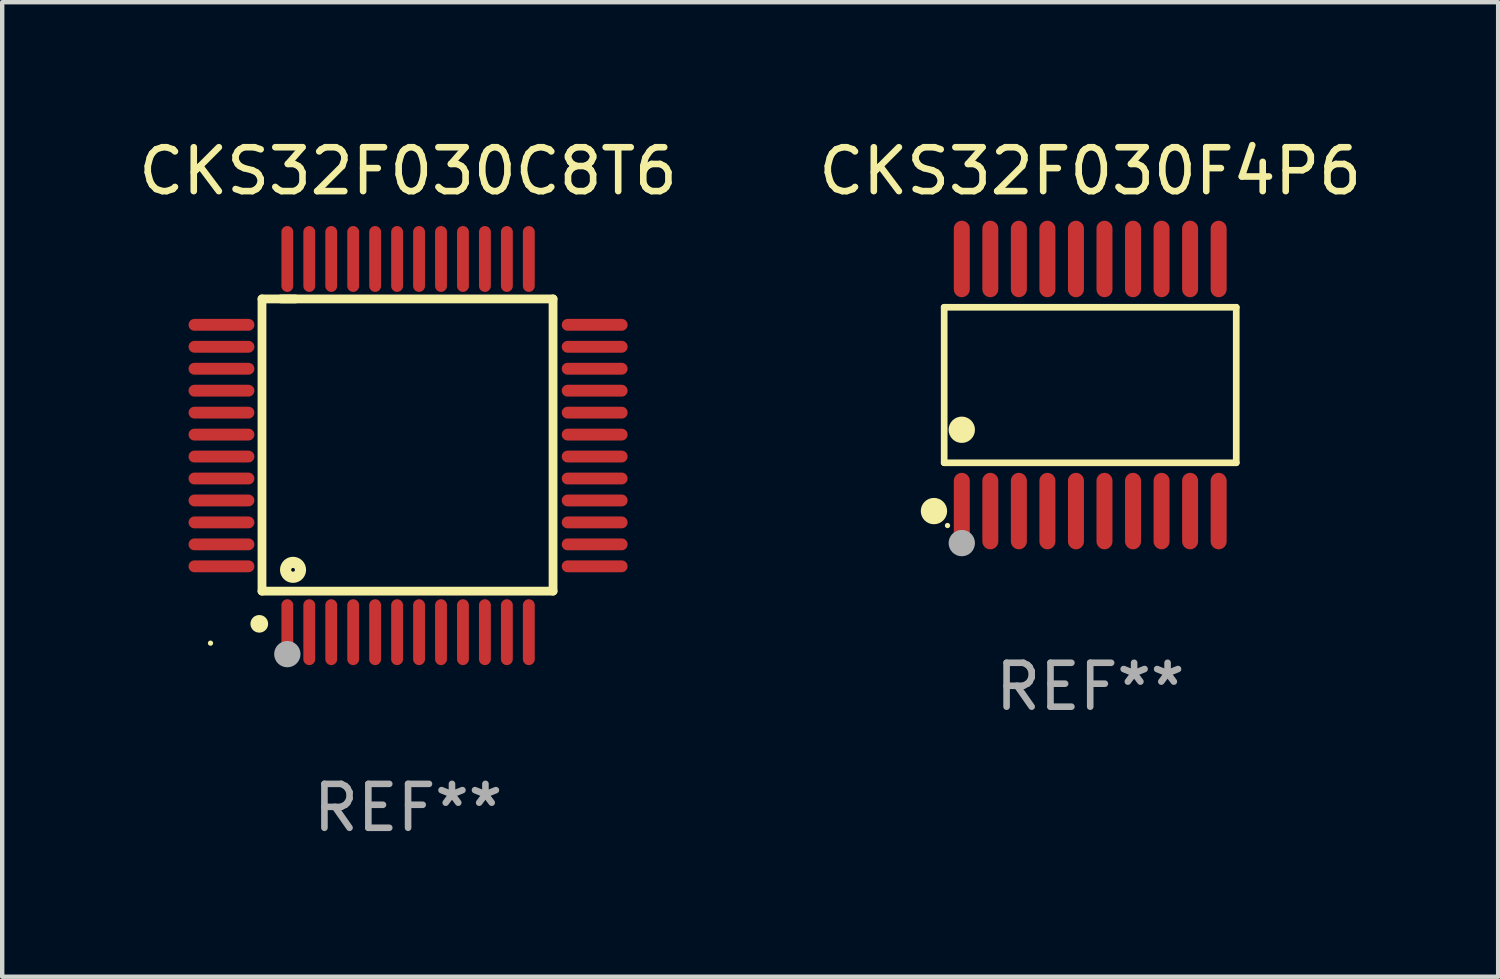
<source format=kicad_pcb>
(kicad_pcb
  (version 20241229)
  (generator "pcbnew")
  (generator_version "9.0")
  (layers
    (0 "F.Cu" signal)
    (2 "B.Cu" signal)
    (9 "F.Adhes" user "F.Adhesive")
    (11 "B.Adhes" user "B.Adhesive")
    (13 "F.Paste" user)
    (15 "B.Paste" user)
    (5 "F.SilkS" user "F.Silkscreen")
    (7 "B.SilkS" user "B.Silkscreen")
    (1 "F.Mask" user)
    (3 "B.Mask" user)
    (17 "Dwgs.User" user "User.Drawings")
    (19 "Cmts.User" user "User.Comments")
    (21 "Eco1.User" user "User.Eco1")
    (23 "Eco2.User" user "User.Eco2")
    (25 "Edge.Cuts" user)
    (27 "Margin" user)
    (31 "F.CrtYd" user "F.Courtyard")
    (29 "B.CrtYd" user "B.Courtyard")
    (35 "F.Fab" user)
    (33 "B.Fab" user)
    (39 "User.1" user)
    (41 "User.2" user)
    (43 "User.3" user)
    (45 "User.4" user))
  (footprint "CKS32F030C8T6"
    (layer "F.Cu")
    (at 6.244 7.098)
    (property "Reference" "CKS32F030C8T6" (at 0 -6.25 0) (layer "F.SilkS") (effects (font (size 1 1) (thickness 0.15))))
    (attr through_hole)
    (fp_line (start -3.327 -3.34) (end -2.565 -3.34) (stroke (width 0.2) (type solid)) (layer "F.SilkS"))
    (fp_line (start -3.327 3.315) (end -3.327 -3.34) (stroke (width 0.2) (type solid)) (layer "F.SilkS"))
    (fp_line (start -2.896 -3.34) (end 3.302 -3.34) (stroke (width 0.2) (type solid)) (layer "F.SilkS"))
    (fp_line (start 3.302 -3.34) (end 3.302 3.315) (stroke (width 0.2) (type solid)) (layer "F.SilkS"))
    (fp_line (start 3.302 3.315) (end -3.327 3.315) (stroke (width 0.2) (type solid)) (layer "F.SilkS"))
    (fp_arc (start -3.389992 4.059995) (mid -3.388722 4.059991) (end -3.387452 4.059995) (stroke (width 0.4) (type solid)) (layer "F.SilkS"))
    (fp_circle (center -4.5 4.5) (end -4.47 4.5) (stroke (width 0.06) (type solid)) (fill no) (layer "F.SilkS"))
    (fp_circle (center -2.62 2.83) (end -2.45 2.83) (stroke (width 0.254) (type solid)) (fill no) (layer "F.SilkS"))
    (fp_circle (center -2.75 4.75) (end -2.6 4.75) (stroke (width 0.3) (type solid)) (fill no) (layer "F.Fab"))
    (fp_text user "REF**" (at 0 8.25 0) (layer "F.Fab") (effects (font (size 1 1) (thickness 0.15))))
    (pad "1" smd oval (at -2.75 4.25) (size 0.27 1.5) (layers "F.Cu" "F.Mask" "F.Paste"))
    (pad "2" smd oval (at -2.25 4.25) (size 0.27 1.5) (layers "F.Cu" "F.Mask" "F.Paste"))
    (pad "3" smd oval (at -1.75 4.25) (size 0.27 1.5) (layers "F.Cu" "F.Mask" "F.Paste"))
    (pad "4" smd oval (at -1.25 4.25) (size 0.27 1.5) (layers "F.Cu" "F.Mask" "F.Paste"))
    (pad "5" smd oval (at -0.75 4.25) (size 0.27 1.5) (layers "F.Cu" "F.Mask" "F.Paste"))
    (pad "6" smd oval (at -0.25 4.25) (size 0.27 1.5) (layers "F.Cu" "F.Mask" "F.Paste"))
    (pad "7" smd oval (at 0.25 4.25) (size 0.27 1.5) (layers "F.Cu" "F.Mask" "F.Paste"))
    (pad "8" smd oval (at 0.75 4.25) (size 0.27 1.5) (layers "F.Cu" "F.Mask" "F.Paste"))
    (pad "9" smd oval (at 1.25 4.25) (size 0.27 1.5) (layers "F.Cu" "F.Mask" "F.Paste"))
    (pad "10" smd oval (at 1.75 4.25) (size 0.27 1.5) (layers "F.Cu" "F.Mask" "F.Paste"))
    (pad "11" smd oval (at 2.25 4.25) (size 0.27 1.5) (layers "F.Cu" "F.Mask" "F.Paste"))
    (pad "12" smd oval (at 2.75 4.25) (size 0.27 1.5) (layers "F.Cu" "F.Mask" "F.Paste"))
    (pad "13" smd oval (at 4.25 2.75) (size 1.5 0.27) (layers "F.Cu" "F.Mask" "F.Paste"))
    (pad "14" smd oval (at 4.25 2.25) (size 1.5 0.27) (layers "F.Cu" "F.Mask" "F.Paste"))
    (pad "15" smd oval (at 4.25 1.75) (size 1.5 0.27) (layers "F.Cu" "F.Mask" "F.Paste"))
    (pad "16" smd oval (at 4.25 1.25) (size 1.5 0.27) (layers "F.Cu" "F.Mask" "F.Paste"))
    (pad "17" smd oval (at 4.25 0.75) (size 1.5 0.27) (layers "F.Cu" "F.Mask" "F.Paste"))
    (pad "18" smd oval (at 4.25 0.25) (size 1.5 0.27) (layers "F.Cu" "F.Mask" "F.Paste"))
    (pad "19" smd oval (at 4.25 -0.25) (size 1.5 0.27) (layers "F.Cu" "F.Mask" "F.Paste"))
    (pad "20" smd oval (at 4.25 -0.75) (size 1.5 0.27) (layers "F.Cu" "F.Mask" "F.Paste"))
    (pad "21" smd oval (at 4.25 -1.25) (size 1.5 0.27) (layers "F.Cu" "F.Mask" "F.Paste"))
    (pad "22" smd oval (at 4.25 -1.75) (size 1.5 0.27) (layers "F.Cu" "F.Mask" "F.Paste"))
    (pad "23" smd oval (at 4.25 -2.25) (size 1.5 0.27) (layers "F.Cu" "F.Mask" "F.Paste"))
    (pad "24" smd oval (at 4.25 -2.75) (size 1.5 0.27) (layers "F.Cu" "F.Mask" "F.Paste"))
    (pad "25" smd oval (at 2.75 -4.25) (size 0.27 1.5) (layers "F.Cu" "F.Mask" "F.Paste"))
    (pad "26" smd oval (at 2.25 -4.25) (size 0.27 1.5) (layers "F.Cu" "F.Mask" "F.Paste"))
    (pad "27" smd oval (at 1.75 -4.25) (size 0.27 1.5) (layers "F.Cu" "F.Mask" "F.Paste"))
    (pad "28" smd oval (at 1.25 -4.25) (size 0.27 1.5) (layers "F.Cu" "F.Mask" "F.Paste"))
    (pad "29" smd oval (at 0.75 -4.25) (size 0.27 1.5) (layers "F.Cu" "F.Mask" "F.Paste"))
    (pad "30" smd oval (at 0.25 -4.25) (size 0.27 1.5) (layers "F.Cu" "F.Mask" "F.Paste"))
    (pad "31" smd oval (at -0.25 -4.25) (size 0.27 1.5) (layers "F.Cu" "F.Mask" "F.Paste"))
    (pad "32" smd oval (at -0.75 -4.25) (size 0.27 1.5) (layers "F.Cu" "F.Mask" "F.Paste"))
    (pad "33" smd oval (at -1.25 -4.25) (size 0.27 1.5) (layers "F.Cu" "F.Mask" "F.Paste"))
    (pad "34" smd oval (at -1.75 -4.25) (size 0.27 1.5) (layers "F.Cu" "F.Mask" "F.Paste"))
    (pad "35" smd oval (at -2.25 -4.25) (size 0.27 1.5) (layers "F.Cu" "F.Mask" "F.Paste"))
    (pad "36" smd oval (at -2.75 -4.25) (size 0.27 1.5) (layers "F.Cu" "F.Mask" "F.Paste"))
    (pad "37" smd oval (at -4.25 -2.75) (size 1.5 0.27) (layers "F.Cu" "F.Mask" "F.Paste"))
    (pad "38" smd oval (at -4.25 -2.25) (size 1.5 0.27) (layers "F.Cu" "F.Mask" "F.Paste"))
    (pad "39" smd oval (at -4.25 -1.75) (size 1.5 0.27) (layers "F.Cu" "F.Mask" "F.Paste"))
    (pad "40" smd oval (at -4.25 -1.25) (size 1.5 0.27) (layers "F.Cu" "F.Mask" "F.Paste"))
    (pad "41" smd oval (at -4.25 -0.75) (size 1.5 0.27) (layers "F.Cu" "F.Mask" "F.Paste"))
    (pad "42" smd oval (at -4.25 -0.25) (size 1.5 0.27) (layers "F.Cu" "F.Mask" "F.Paste"))
    (pad "43" smd oval (at -4.25 0.25) (size 1.5 0.27) (layers "F.Cu" "F.Mask" "F.Paste"))
    (pad "44" smd oval (at -4.25 0.75) (size 1.5 0.27) (layers "F.Cu" "F.Mask" "F.Paste"))
    (pad "45" smd oval (at -4.25 1.25) (size 1.5 0.27) (layers "F.Cu" "F.Mask" "F.Paste"))
    (pad "46" smd oval (at -4.25 1.75) (size 1.5 0.27) (layers "F.Cu" "F.Mask" "F.Paste"))
    (pad "47" smd oval (at -4.25 2.25) (size 1.5 0.27) (layers "F.Cu" "F.Mask" "F.Paste"))
    (pad "48" smd oval (at -4.25 2.75) (size 1.5 0.27) (layers "F.Cu" "F.Mask" "F.Paste")))
  (footprint "CKS32F030F4P6"
    (layer "F.Cu")
    (at 21.78 5.719)
    (property "Reference" "CKS32F030F4P6" (at 0 -4.871 0) (layer "F.SilkS") (effects (font (size 1 1) (thickness 0.15))))
    (attr through_hole)
    (fp_line (start -3.326 -1.771) (end 3.326 -1.771) (stroke (width 0.152) (type solid)) (layer "F.SilkS"))
    (fp_line (start -3.326 1.771) (end -3.326 -1.771) (stroke (width 0.152) (type solid)) (layer "F.SilkS"))
    (fp_line (start 3.326 -1.771) (end 3.326 1.771) (stroke (width 0.152) (type solid)) (layer "F.SilkS"))
    (fp_line (start 3.326 1.771) (end -3.326 1.771) (stroke (width 0.152) (type solid)) (layer "F.SilkS"))
    (fp_circle (center -3.559 2.871) (end -3.409 2.871) (stroke (width 0.3) (type solid)) (fill no) (layer "F.SilkS"))
    (fp_circle (center -3.25 3.2) (end -3.22 3.2) (stroke (width 0.06) (type solid)) (fill no) (layer "F.SilkS"))
    (fp_circle (center -2.925 1.019) (end -2.775 1.019) (stroke (width 0.3) (type solid)) (fill no) (layer "F.SilkS"))
    (fp_circle (center -2.925 3.6) (end -2.775 3.6) (stroke (width 0.3) (type solid)) (fill no) (layer "F.Fab"))
    (fp_text user "REF**" (at 0 6.871 0) (layer "F.Fab") (effects (font (size 1 1) (thickness 0.15))))
    (pad "1" smd oval (at -2.925 2.871) (size 0.364 1.742) (layers "F.Cu" "F.Mask" "F.Paste"))
    (pad "2" smd oval (at -2.275 2.871) (size 0.364 1.742) (layers "F.Cu" "F.Mask" "F.Paste"))
    (pad "3" smd oval (at -1.625 2.871) (size 0.364 1.742) (layers "F.Cu" "F.Mask" "F.Paste"))
    (pad "4" smd oval (at -0.975 2.871) (size 0.364 1.742) (layers "F.Cu" "F.Mask" "F.Paste"))
    (pad "5" smd oval (at -0.325 2.871) (size 0.364 1.742) (layers "F.Cu" "F.Mask" "F.Paste"))
    (pad "6" smd oval (at 0.325 2.871) (size 0.364 1.742) (layers "F.Cu" "F.Mask" "F.Paste"))
    (pad "7" smd oval (at 0.975 2.871) (size 0.364 1.742) (layers "F.Cu" "F.Mask" "F.Paste"))
    (pad "8" smd oval (at 1.625 2.871) (size 0.364 1.742) (layers "F.Cu" "F.Mask" "F.Paste"))
    (pad "9" smd oval (at 2.275 2.871) (size 0.364 1.742) (layers "F.Cu" "F.Mask" "F.Paste"))
    (pad "10" smd oval (at 2.925 2.871) (size 0.364 1.742) (layers "F.Cu" "F.Mask" "F.Paste"))
    (pad "11" smd oval (at 2.925 -2.871) (size 0.364 1.742) (layers "F.Cu" "F.Mask" "F.Paste"))
    (pad "12" smd oval (at 2.275 -2.871) (size 0.364 1.742) (layers "F.Cu" "F.Mask" "F.Paste"))
    (pad "13" smd oval (at 1.625 -2.871) (size 0.364 1.742) (layers "F.Cu" "F.Mask" "F.Paste"))
    (pad "14" smd oval (at 0.975 -2.871) (size 0.364 1.742) (layers "F.Cu" "F.Mask" "F.Paste"))
    (pad "15" smd oval (at 0.325 -2.871) (size 0.364 1.742) (layers "F.Cu" "F.Mask" "F.Paste"))
    (pad "16" smd oval (at -0.325 -2.871) (size 0.364 1.742) (layers "F.Cu" "F.Mask" "F.Paste"))
    (pad "17" smd oval (at -0.975 -2.871) (size 0.364 1.742) (layers "F.Cu" "F.Mask" "F.Paste"))
    (pad "18" smd oval (at -1.625 -2.871) (size 0.364 1.742) (layers "F.Cu" "F.Mask" "F.Paste"))
    (pad "19" smd oval (at -2.275 -2.871) (size 0.364 1.742) (layers "F.Cu" "F.Mask" "F.Paste"))
    (pad "20" smd oval (at -2.925 -2.871) (size 0.364 1.742) (layers "F.Cu" "F.Mask" "F.Paste")))
  (gr_rect
    (start -3 -3)
    (end 31.071 19.196)
    (stroke (width 0.1) (type default))
    (fill no)
    (layer "Edge.Cuts")))
</source>
